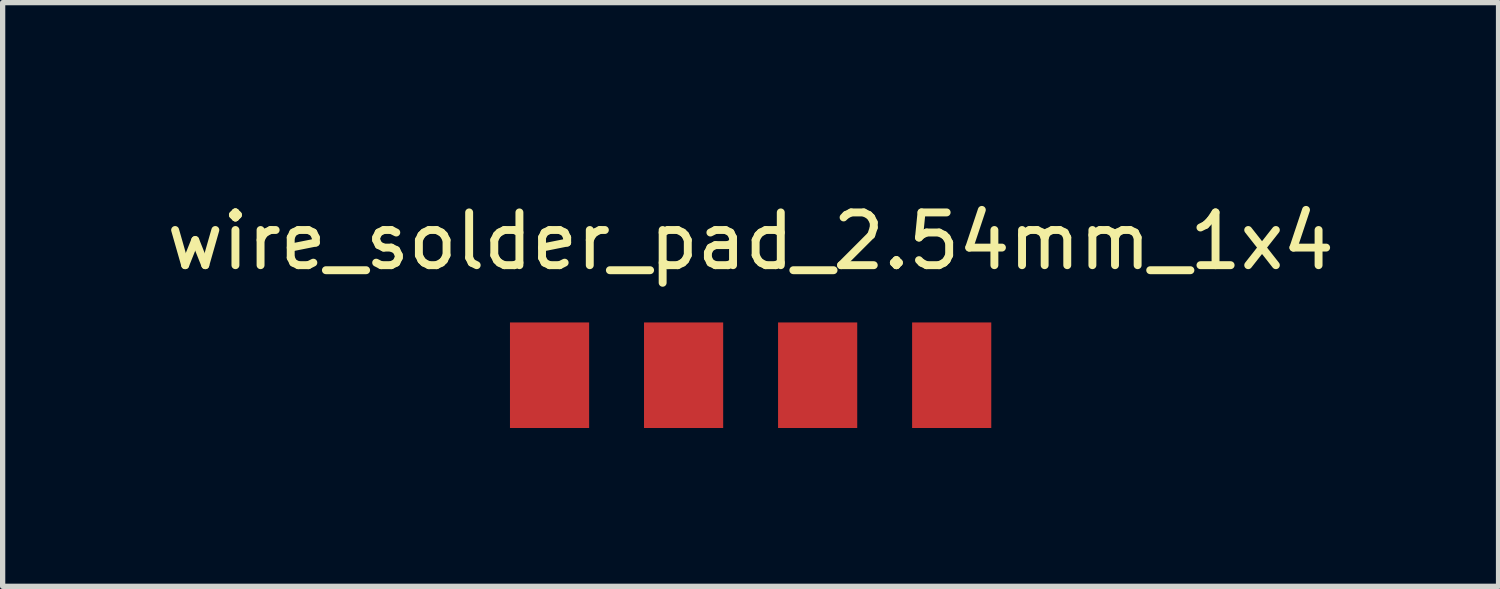
<source format=kicad_pcb>
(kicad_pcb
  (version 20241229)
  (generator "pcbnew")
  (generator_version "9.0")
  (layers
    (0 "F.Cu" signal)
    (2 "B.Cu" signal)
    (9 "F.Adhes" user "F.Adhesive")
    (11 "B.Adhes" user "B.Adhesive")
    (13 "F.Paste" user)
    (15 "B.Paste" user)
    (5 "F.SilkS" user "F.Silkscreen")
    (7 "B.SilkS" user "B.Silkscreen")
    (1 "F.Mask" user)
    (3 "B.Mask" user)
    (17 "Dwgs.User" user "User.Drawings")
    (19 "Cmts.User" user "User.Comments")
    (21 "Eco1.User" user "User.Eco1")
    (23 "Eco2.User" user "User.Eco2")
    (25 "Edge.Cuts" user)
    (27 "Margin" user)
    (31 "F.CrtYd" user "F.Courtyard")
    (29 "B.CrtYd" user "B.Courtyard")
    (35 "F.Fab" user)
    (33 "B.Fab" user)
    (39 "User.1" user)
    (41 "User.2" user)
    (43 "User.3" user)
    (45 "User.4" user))
  (footprint "wire_solder_pad_2.54mm_1x4"
    (layer "F.Cu")
    (at 11.173 0.25)
    (property "Reference" "wire_solder_pad_2.54mm_1x4" (at 0 1.27 0) (layer "F.SilkS") (effects (font (size 1 1) (thickness 0.15))))
    (attr through_hole)
    (pad "1" smd rect (at -3.81 3.81) (size 1.5 2) (layers "F.Cu" "F.Mask" "F.Paste"))
    (pad "2" smd rect (at -1.27 3.81) (size 1.5 2) (layers "F.Cu" "F.Mask" "F.Paste"))
    (pad "3" smd rect (at 1.27 3.81) (size 1.5 2) (layers "F.Cu" "F.Mask" "F.Paste"))
    (pad "4" smd rect (at 3.81 3.81) (size 1.5 2) (layers "F.Cu" "F.Mask" "F.Paste")))
  (gr_rect
    (start -3 -3)
    (end 25.345 8.06)
    (stroke (width 0.1) (type default))
    (fill no)
    (layer "Edge.Cuts")))
</source>
